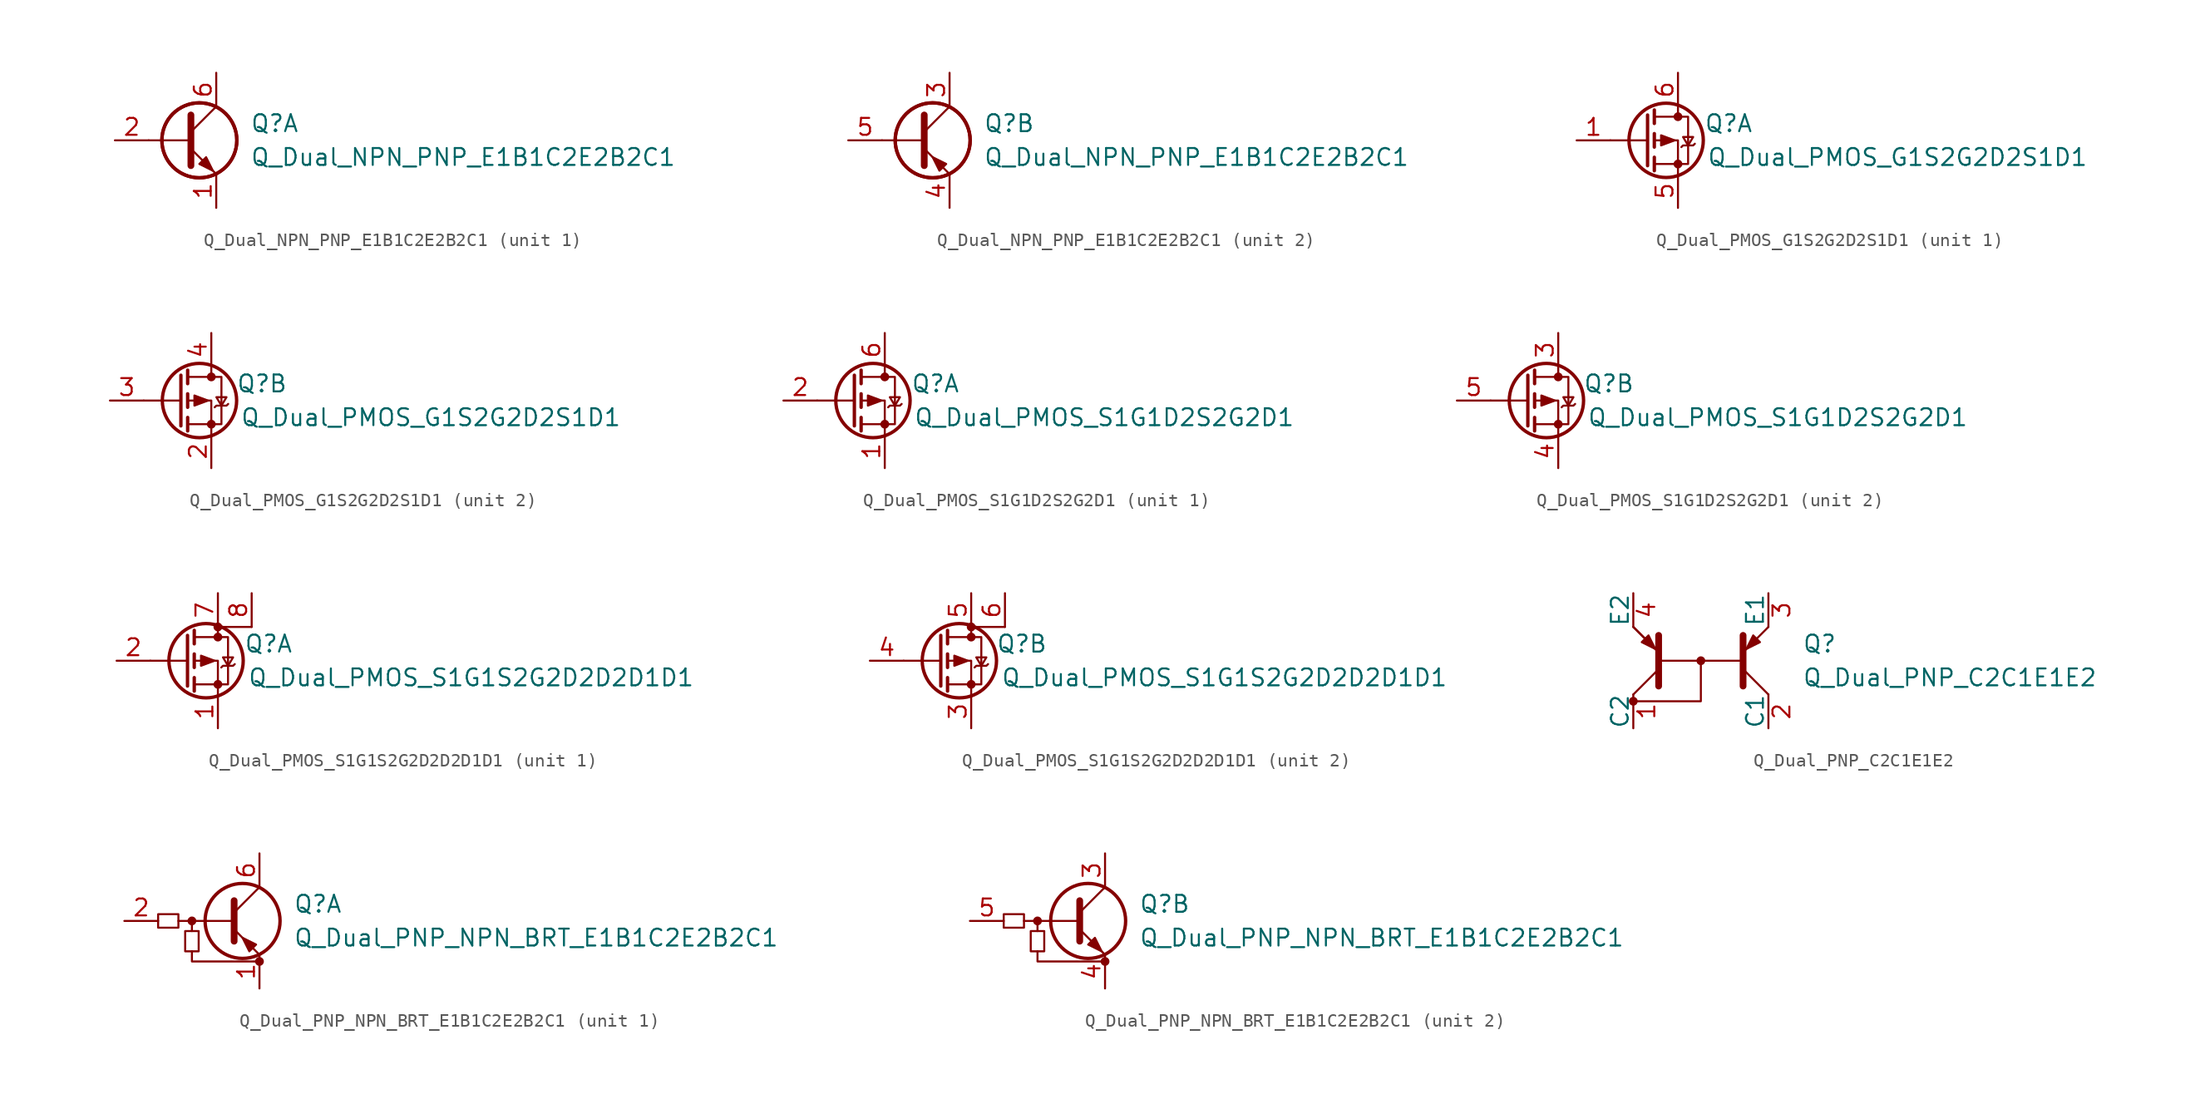
<source format=kicad_sym>
(kicad_symbol_lib
  (version 20201005)
  (generator kicad_symbol_editor)
  (symbol "Q_Dual_NPN_PNP_E1B1C2E2B2C1"
    (pin_names
      (offset 0) hide)
    (property "Reference" "Q"
      (at 5.08 1.27 0)
      (effects (font (size 1.27 1.27)) (justify left)))
    (property "Value" "Q_Dual_NPN_PNP_E1B1C2E2B2C1"
      (at 5.08 -1.27 0)
      (effects (font (size 1.27 1.27)) (justify left)))
    (property "ki_locked" ""
      (at 0 0 0)
      (effects (font (size 1.27 1.27))))
    (symbol "Q_Dual_NPN_PNP_E1B1C2E2B2C1_0_1"
      (circle (center 1.27 0) (radius 2.819) (stroke (width 0.254)) (fill (type none)))
      (circle (center 1.27 0) (radius 2.819) (stroke (width 0.254)) (fill (type none)))
      (polyline (pts (xy 0.635 0) (xy -2.54 0)) (stroke (width 0)) (fill (type none))))
    (symbol "Q_Dual_NPN_PNP_E1B1C2E2B2C1_1_1"
      (polyline (pts (xy 0.635 0.635) (xy 2.54 2.54)) (stroke (width 0)) (fill (type none)))
      (polyline (pts (xy 0.635 -0.635) (xy 2.54 -2.54) (xy 2.54 -2.54)) (stroke (width 0)) (fill (type none)))
      (polyline (pts (xy 0.635 1.905) (xy 0.635 -1.905) (xy 0.635 -1.905)) (stroke (width 0.508)) (fill (type none)))
      (polyline (pts (xy 1.27 -1.778) (xy 1.778 -1.27) (xy 2.286 -2.286) (xy 1.27 -1.778) (xy 1.27 -1.778)) (stroke (width 0)) (fill (type outline)))
      (pin passive line (at 2.54 -5.08 90) (length 2.54) (name "E1" (effects (font (size 1.27 1.27)))) (number "1" (effects (font (size 1.27 1.27)))))
      (pin input line (at -5.08 0 0) (length 2.54) (name "B1" (effects (font (size 1.27 1.27)))) (number "2" (effects (font (size 1.27 1.27)))))
      (pin passive line (at 2.54 5.08 270) (length 2.54) (name "C1" (effects (font (size 1.27 1.27)))) (number "6" (effects (font (size 1.27 1.27))))))
    (symbol "Q_Dual_NPN_PNP_E1B1C2E2B2C1_2_1"
      (polyline (pts (xy 0.635 0.635) (xy 2.54 2.54)) (stroke (width 0)) (fill (type none)))
      (polyline (pts (xy 0.635 -0.635) (xy 2.54 -2.54) (xy 2.54 -2.54)) (stroke (width 0)) (fill (type none)))
      (polyline (pts (xy 0.635 1.905) (xy 0.635 -1.905) (xy 0.635 -1.905)) (stroke (width 0.508)) (fill (type none)))
      (polyline (pts (xy 2.286 -1.778) (xy 1.778 -2.286) (xy 1.27 -1.27) (xy 2.286 -1.778) (xy 2.286 -1.778)) (stroke (width 0)) (fill (type outline)))
      (pin passive line (at 2.54 5.08 270) (length 2.54) (name "C2" (effects (font (size 1.27 1.27)))) (number "3" (effects (font (size 1.27 1.27)))))
      (pin passive line (at 2.54 -5.08 90) (length 2.54) (name "E2" (effects (font (size 1.27 1.27)))) (number "4" (effects (font (size 1.27 1.27)))))
      (pin input line (at -5.08 0 0) (length 2.54) (name "B2" (effects (font (size 1.27 1.27)))) (number "5" (effects (font (size 1.27 1.27)))))))
  (symbol "Q_Dual_PMOS_G1S2G2D2S1D1"
    (pin_names
      (offset 0) hide)
    (property "Reference" "Q"
      (at 6.35 1.27 0)
      (effects (font (size 1.27 1.27))))
    (property "Value" "Q_Dual_PMOS_G1S2G2D2S1D1"
      (at 19.05 -1.27 0)
      (effects (font (size 1.27 1.27))))
    (symbol "Q_Dual_PMOS_G1S2G2D2S1D1_0_1"
      (circle (center 1.651 0) (radius 2.794) (stroke (width 0.254)) (fill (type none)))
      (circle (center 2.54 -1.778) (radius 0.254) (stroke (width 0)) (fill (type outline)))
      (circle (center 2.54 1.778) (radius 0.254) (stroke (width 0)) (fill (type outline)))
      (polyline (pts (xy 0.254 0) (xy -2.54 0)) (stroke (width 0)) (fill (type none)))
      (polyline (pts (xy 0.254 1.905) (xy 0.254 -1.905)) (stroke (width 0.254)) (fill (type none)))
      (polyline (pts (xy 0.762 -1.27) (xy 0.762 -2.286)) (stroke (width 0.254)) (fill (type none)))
      (polyline (pts (xy 0.762 0.508) (xy 0.762 -0.508)) (stroke (width 0.254)) (fill (type none)))
      (polyline (pts (xy 0.762 2.286) (xy 0.762 1.27)) (stroke (width 0.254)) (fill (type none)))
      (polyline (pts (xy 2.54 2.54) (xy 2.54 1.778)) (stroke (width 0)) (fill (type none)))
      (polyline (pts (xy 2.54 -2.54) (xy 2.54 0) (xy 0.762 0)) (stroke (width 0)) (fill (type none)))
      (polyline (pts (xy 0.762 1.778) (xy 3.302 1.778) (xy 3.302 -1.778) (xy 0.762 -1.778)) (stroke (width 0)) (fill (type none)))
      (polyline (pts (xy 2.794 -0.508) (xy 2.921 -0.381) (xy 3.683 -0.381) (xy 3.81 -0.254)) (stroke (width 0)) (fill (type none)))
      (polyline (pts (xy 3.302 -0.381) (xy 2.921 0.254) (xy 3.683 0.254) (xy 3.302 -0.381)) (stroke (width 0)) (fill (type none)))
      (polyline (pts (xy 2.286 0) (xy 1.27 0.381) (xy 1.27 -0.381) (xy 2.286 0)) (stroke (width 0)) (fill (type outline))))
    (symbol "Q_Dual_PMOS_G1S2G2D2S1D1_1_1"
      (pin input line (at -5.08 0 0) (length 2.54) (name "G" (effects (font (size 1.27 1.27)))) (number "1" (effects (font (size 1.27 1.27)))))
      (pin passive line (at 2.54 -5.08 90) (length 2.54) (name "S" (effects (font (size 1.27 1.27)))) (number "5" (effects (font (size 1.27 1.27)))))
      (pin passive line (at 2.54 5.08 270) (length 2.54) (name "D" (effects (font (size 1.27 1.27)))) (number "6" (effects (font (size 1.27 1.27))))))
    (symbol "Q_Dual_PMOS_G1S2G2D2S1D1_2_1"
      (pin passive line (at 2.54 -5.08 90) (length 2.54) (name "S" (effects (font (size 1.27 1.27)))) (number "2" (effects (font (size 1.27 1.27)))))
      (pin input line (at -5.08 0 0) (length 2.54) (name "G" (effects (font (size 1.27 1.27)))) (number "3" (effects (font (size 1.27 1.27)))))
      (pin passive line (at 2.54 5.08 270) (length 2.54) (name "D" (effects (font (size 1.27 1.27)))) (number "4" (effects (font (size 1.27 1.27)))))))
  (symbol "Q_Dual_PMOS_S1G1D2S2G2D1"
    (pin_names
      (offset 0) hide)
    (property "Reference" "Q"
      (at 6.35 1.27 0)
      (effects (font (size 1.27 1.27))))
    (property "Value" "Q_Dual_PMOS_S1G1D2S2G2D1"
      (at 19.05 -1.27 0)
      (effects (font (size 1.27 1.27))))
    (symbol "Q_Dual_PMOS_S1G1D2S2G2D1_0_1"
      (circle (center 1.651 0) (radius 2.794) (stroke (width 0.254)) (fill (type none)))
      (circle (center 2.54 -1.778) (radius 0.254) (stroke (width 0)) (fill (type outline)))
      (circle (center 2.54 1.778) (radius 0.254) (stroke (width 0)) (fill (type outline)))
      (polyline (pts (xy 0.254 0) (xy -2.54 0)) (stroke (width 0)) (fill (type none)))
      (polyline (pts (xy 0.254 1.905) (xy 0.254 -1.905)) (stroke (width 0.254)) (fill (type none)))
      (polyline (pts (xy 0.762 -1.27) (xy 0.762 -2.286)) (stroke (width 0.254)) (fill (type none)))
      (polyline (pts (xy 0.762 0.508) (xy 0.762 -0.508)) (stroke (width 0.254)) (fill (type none)))
      (polyline (pts (xy 0.762 2.286) (xy 0.762 1.27)) (stroke (width 0.254)) (fill (type none)))
      (polyline (pts (xy 2.54 2.54) (xy 2.54 1.778)) (stroke (width 0)) (fill (type none)))
      (polyline (pts (xy 2.54 -2.54) (xy 2.54 0) (xy 0.762 0)) (stroke (width 0)) (fill (type none)))
      (polyline (pts (xy 0.762 1.778) (xy 3.302 1.778) (xy 3.302 -1.778) (xy 0.762 -1.778)) (stroke (width 0)) (fill (type none)))
      (polyline (pts (xy 2.794 -0.508) (xy 2.921 -0.381) (xy 3.683 -0.381) (xy 3.81 -0.254)) (stroke (width 0)) (fill (type none)))
      (polyline (pts (xy 3.302 -0.381) (xy 2.921 0.254) (xy 3.683 0.254) (xy 3.302 -0.381)) (stroke (width 0)) (fill (type none)))
      (polyline (pts (xy 2.286 0) (xy 1.27 0.381) (xy 1.27 -0.381) (xy 2.286 0)) (stroke (width 0)) (fill (type outline))))
    (symbol "Q_Dual_PMOS_S1G1D2S2G2D1_1_1"
      (pin passive line (at 2.54 -5.08 90) (length 2.54) (name "S" (effects (font (size 1.27 1.27)))) (number "1" (effects (font (size 1.27 1.27)))))
      (pin input line (at -5.08 0 0) (length 2.54) (name "G" (effects (font (size 1.27 1.27)))) (number "2" (effects (font (size 1.27 1.27)))))
      (pin passive line (at 2.54 5.08 270) (length 2.54) (name "D" (effects (font (size 1.27 1.27)))) (number "6" (effects (font (size 1.27 1.27))))))
    (symbol "Q_Dual_PMOS_S1G1D2S2G2D1_2_1"
      (pin passive line (at 2.54 5.08 270) (length 2.54) (name "D" (effects (font (size 1.27 1.27)))) (number "3" (effects (font (size 1.27 1.27)))))
      (pin passive line (at 2.54 -5.08 90) (length 2.54) (name "S" (effects (font (size 1.27 1.27)))) (number "4" (effects (font (size 1.27 1.27)))))
      (pin input line (at -5.08 0 0) (length 2.54) (name "G" (effects (font (size 1.27 1.27)))) (number "5" (effects (font (size 1.27 1.27)))))))
  (symbol "Q_Dual_PMOS_S1G1S2G2D2D2D1D1"
    (pin_names
      (offset 0) hide)
    (property "Reference" "Q"
      (at 6.35 1.27 0)
      (effects (font (size 1.27 1.27))))
    (property "Value" "Q_Dual_PMOS_S1G1S2G2D2D2D1D1"
      (at 21.59 -1.27 0)
      (effects (font (size 1.27 1.27))))
    (symbol "Q_Dual_PMOS_S1G1S2G2D2D2D1D1_0_1"
      (circle (center 1.651 0) (radius 2.794) (stroke (width 0.254)) (fill (type none)))
      (circle (center 2.54 -1.778) (radius 0.254) (stroke (width 0)) (fill (type outline)))
      (circle (center 2.54 1.778) (radius 0.254) (stroke (width 0)) (fill (type outline)))
      (circle (center 2.54 2.54) (radius 0.254) (stroke (width 0)) (fill (type outline)))
      (rectangle (start 5.08 2.54) (end 2.54 2.54) (stroke (width 0)) (fill (type none)))
      (polyline (pts (xy 0.254 0) (xy -2.54 0)) (stroke (width 0)) (fill (type none)))
      (polyline (pts (xy 0.254 1.905) (xy 0.254 -1.905)) (stroke (width 0.254)) (fill (type none)))
      (polyline (pts (xy 0.762 -1.27) (xy 0.762 -2.286)) (stroke (width 0.254)) (fill (type none)))
      (polyline (pts (xy 0.762 0.508) (xy 0.762 -0.508)) (stroke (width 0.254)) (fill (type none)))
      (polyline (pts (xy 0.762 2.286) (xy 0.762 1.27)) (stroke (width 0.254)) (fill (type none)))
      (polyline (pts (xy 2.54 2.54) (xy 2.54 1.778)) (stroke (width 0)) (fill (type none)))
      (polyline (pts (xy 2.54 -2.54) (xy 2.54 0) (xy 0.762 0)) (stroke (width 0)) (fill (type none)))
      (polyline (pts (xy 0.762 1.778) (xy 3.302 1.778) (xy 3.302 -1.778) (xy 0.762 -1.778)) (stroke (width 0)) (fill (type none)))
      (polyline (pts (xy 2.794 -0.508) (xy 2.921 -0.381) (xy 3.683 -0.381) (xy 3.81 -0.254)) (stroke (width 0)) (fill (type none)))
      (polyline (pts (xy 3.302 -0.381) (xy 2.921 0.254) (xy 3.683 0.254) (xy 3.302 -0.381)) (stroke (width 0)) (fill (type none)))
      (polyline (pts (xy 2.286 0) (xy 1.27 0.381) (xy 1.27 -0.381) (xy 2.286 0)) (stroke (width 0)) (fill (type outline))))
    (symbol "Q_Dual_PMOS_S1G1S2G2D2D2D1D1_1_1"
      (pin passive line (at 2.54 -5.08 90) (length 2.54) (name "S" (effects (font (size 1.27 1.27)))) (number "1" (effects (font (size 1.27 1.27)))))
      (pin input line (at -5.08 0 0) (length 2.54) (name "G" (effects (font (size 1.27 1.27)))) (number "2" (effects (font (size 1.27 1.27)))))
      (pin passive line (at 2.54 5.08 270) (length 2.54) (name "D" (effects (font (size 1.27 1.27)))) (number "7" (effects (font (size 1.27 1.27)))))
      (pin passive line (at 5.08 5.08 270) (length 2.54) (name "G" (effects (font (size 1.27 1.27)))) (number "8" (effects (font (size 1.27 1.27))))))
    (symbol "Q_Dual_PMOS_S1G1S2G2D2D2D1D1_2_1"
      (pin passive line (at 2.54 -5.08 90) (length 2.54) (name "S" (effects (font (size 1.27 1.27)))) (number "3" (effects (font (size 1.27 1.27)))))
      (pin input line (at -5.08 0 0) (length 2.54) (name "G" (effects (font (size 1.27 1.27)))) (number "4" (effects (font (size 1.27 1.27)))))
      (pin passive line (at 2.54 5.08 270) (length 2.54) (name "D" (effects (font (size 1.27 1.27)))) (number "5" (effects (font (size 1.27 1.27)))))
      (pin passive line (at 5.08 5.08 270) (length 2.54) (name "G" (effects (font (size 1.27 1.27)))) (number "6" (effects (font (size 1.27 1.27)))))))
  (symbol "Q_Dual_PNP_C2C1E1E2"
    (pin_names
      (offset 0))
    (property "Reference" "Q"
      (at 7.62 1.27 0)
      (effects (font (size 1.27 1.27)) (justify left)))
    (property "Value" "Q_Dual_PNP_C2C1E1E2"
      (at 7.62 -1.27 0)
      (effects (font (size 1.27 1.27)) (justify left)))
    (symbol "Q_Dual_PNP_C2C1E1E2_0_1"
      (circle (center -5.08 -3.048) (radius 0.254) (stroke (width 0)) (fill (type outline)))
      (circle (center 0 0) (radius 0.254) (stroke (width 0)) (fill (type outline)))
      (polyline (pts (xy -5.08 -2.54) (xy -3.175 -0.635)) (stroke (width 0)) (fill (type none)))
      (polyline (pts (xy -5.08 2.54) (xy -3.175 0.635)) (stroke (width 0)) (fill (type none)))
      (polyline (pts (xy -5.08 2.54) (xy -3.175 0.635)) (stroke (width 0)) (fill (type none)))
      (polyline (pts (xy 3.175 0) (xy -3.175 0)) (stroke (width 0)) (fill (type none)))
      (polyline (pts (xy 5.08 -2.54) (xy 3.175 -0.635)) (stroke (width 0)) (fill (type none)))
      (polyline (pts (xy 5.08 2.54) (xy 3.175 0.635)) (stroke (width 0)) (fill (type none)))
      (polyline (pts (xy 0 0) (xy 0 -3.048) (xy -5.08 -3.048)) (stroke (width 0)) (fill (type none)))
      (polyline (pts (xy -3.175 -1.905) (xy -3.175 1.905) (xy -3.175 1.905)) (stroke (width 0.508)) (fill (type outline)))
      (polyline (pts (xy 3.175 -1.905) (xy 3.175 1.905) (xy 3.175 1.905)) (stroke (width 0.508)) (fill (type outline)))
      (polyline (pts (xy -3.937 1.905) (xy -4.445 1.397) (xy -3.429 0.889) (xy -3.937 1.905) (xy -3.937 1.905)) (stroke (width 0)) (fill (type outline)))
      (polyline (pts (xy 3.937 1.905) (xy 4.445 1.397) (xy 3.429 0.889) (xy 3.937 1.905) (xy 3.937 1.905)) (stroke (width 0)) (fill (type outline))))
    (symbol "Q_Dual_PNP_C2C1E1E2_1_1"
      (pin passive line (at -5.08 -5.08 90) (length 2.54) (name "C2" (effects (font (size 1.27 1.27)))) (number "1" (effects (font (size 1.27 1.27)))))
      (pin passive line (at 5.08 -5.08 90) (length 2.54) (name "C1" (effects (font (size 1.27 1.27)))) (number "2" (effects (font (size 1.27 1.27)))))
      (pin passive line (at 5.08 5.08 270) (length 2.54) (name "E1" (effects (font (size 1.27 1.27)))) (number "3" (effects (font (size 1.27 1.27)))))
      (pin passive line (at -5.08 5.08 270) (length 2.54) (name "E2" (effects (font (size 1.27 1.27)))) (number "4" (effects (font (size 1.27 1.27)))))))
  (symbol "Q_Dual_PNP_NPN_BRT_E1B1C2E2B2C1"
    (pin_names hide)
    (property "Reference" "Q"
      (at 3.81 1.27 0)
      (effects (font (size 1.27 1.27)) (justify left)))
    (property "Value" "Q_Dual_PNP_NPN_BRT_E1B1C2E2B2C1"
      (at 3.81 -1.27 0)
      (effects (font (size 1.27 1.27)) (justify left)))
    (symbol "Q_Dual_PNP_NPN_BRT_E1B1C2E2B2C1_0_1"
      (circle (center -3.81 0) (radius 0.254) (stroke (width 0)) (fill (type outline)))
      (circle (center 1.27 -3.048) (radius 0.254) (stroke (width 0)) (fill (type outline)))
      (rectangle (start -6.35 0.508) (end -4.826 -0.508) (stroke (width 0)) (fill (type none)))
      (rectangle (start -4.318 -2.286) (end -3.302 -0.762) (stroke (width 0)) (fill (type none)))
      (polyline (pts (xy -3.81 -0.762) (xy -3.81 0)) (stroke (width 0)) (fill (type none)))
      (polyline (pts (xy -0.762 0) (xy -4.826 0)) (stroke (width 0)) (fill (type none)))
      (polyline (pts (xy -0.635 1.524) (xy -0.635 -1.524)) (stroke (width 0.508)) (fill (type none)))
      (polyline (pts (xy -3.81 -2.286) (xy -3.81 -3.048) (xy 1.27 -3.048)) (stroke (width 0)) (fill (type none))))
    (symbol "Q_Dual_PNP_NPN_BRT_E1B1C2E2B2C1_1_1"
      (circle (center 0 0) (radius 2.819) (stroke (width 0.254)) (fill (type none)))
      (polyline (pts (xy -0.635 0.635) (xy 1.27 2.54)) (stroke (width 0)) (fill (type none)))
      (polyline (pts (xy -0.635 -0.635) (xy 1.27 -2.54) (xy 1.27 -2.54)) (stroke (width 0)) (fill (type none)))
      (polyline (pts (xy 1.016 -1.778) (xy 0.508 -2.286) (xy 0 -1.27) (xy 1.016 -1.778) (xy 1.016 -1.778)) (stroke (width 0)) (fill (type outline)))
      (pin passive line (at 1.27 -5.08 90) (length 2.54) (name "E1" (effects (font (size 1.27 1.27)))) (number "1" (effects (font (size 1.27 1.27)))))
      (pin input line (at -8.89 0 0) (length 2.54) (name "B1" (effects (font (size 1.27 1.27)))) (number "2" (effects (font (size 1.27 1.27)))))
      (pin passive line (at 1.27 5.08 270) (length 2.54) (name "C1" (effects (font (size 1.27 1.27)))) (number "6" (effects (font (size 1.27 1.27))))))
    (symbol "Q_Dual_PNP_NPN_BRT_E1B1C2E2B2C1_2_1"
      (circle (center 0 0) (radius 2.819) (stroke (width 0.254)) (fill (type none)))
      (polyline (pts (xy -0.635 0.635) (xy 1.27 2.54)) (stroke (width 0)) (fill (type none)))
      (polyline (pts (xy -0.635 -0.635) (xy 1.27 -2.54) (xy 1.27 -2.54)) (stroke (width 0)) (fill (type none)))
      (polyline (pts (xy 0 -1.778) (xy 0.508 -1.27) (xy 1.016 -2.286) (xy 0 -1.778) (xy 0 -1.778)) (stroke (width 0)) (fill (type outline)))
      (pin passive line (at 1.27 5.08 270) (length 2.54) (name "C1" (effects (font (size 1.27 1.27)))) (number "3" (effects (font (size 1.27 1.27)))))
      (pin passive line (at 1.27 -5.08 90) (length 2.54) (name "E1" (effects (font (size 1.27 1.27)))) (number "4" (effects (font (size 1.27 1.27)))))
      (pin input line (at -8.89 0 0) (length 2.54) (name "B1" (effects (font (size 1.27 1.27)))) (number "5" (effects (font (size 1.27 1.27))))))))
</source>
